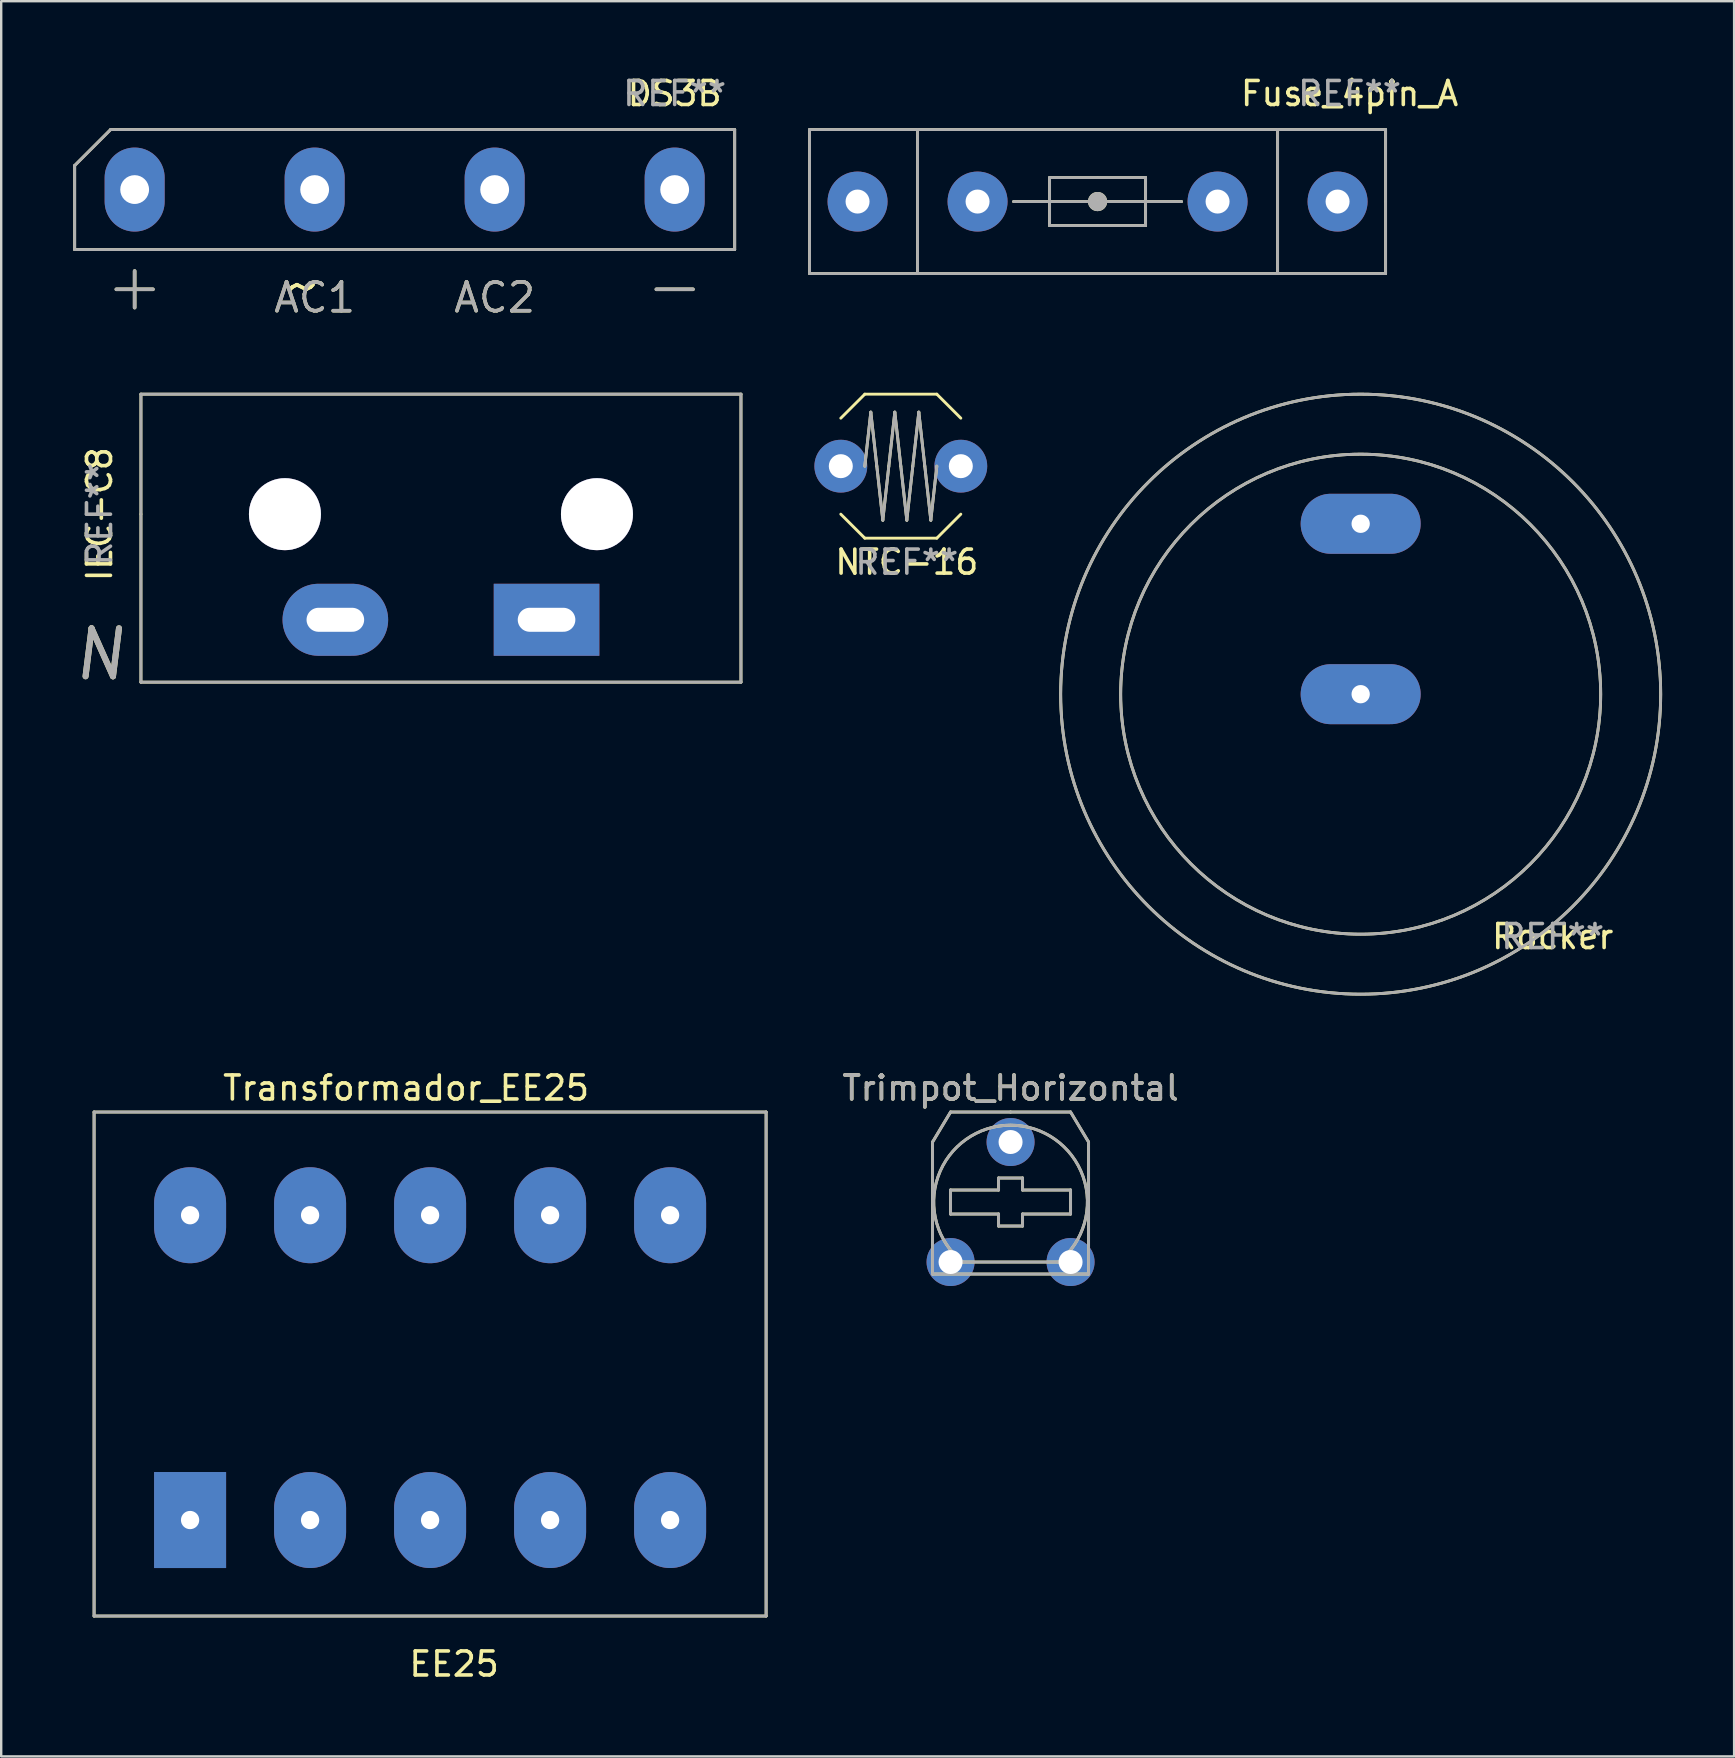
<source format=kicad_pcb>
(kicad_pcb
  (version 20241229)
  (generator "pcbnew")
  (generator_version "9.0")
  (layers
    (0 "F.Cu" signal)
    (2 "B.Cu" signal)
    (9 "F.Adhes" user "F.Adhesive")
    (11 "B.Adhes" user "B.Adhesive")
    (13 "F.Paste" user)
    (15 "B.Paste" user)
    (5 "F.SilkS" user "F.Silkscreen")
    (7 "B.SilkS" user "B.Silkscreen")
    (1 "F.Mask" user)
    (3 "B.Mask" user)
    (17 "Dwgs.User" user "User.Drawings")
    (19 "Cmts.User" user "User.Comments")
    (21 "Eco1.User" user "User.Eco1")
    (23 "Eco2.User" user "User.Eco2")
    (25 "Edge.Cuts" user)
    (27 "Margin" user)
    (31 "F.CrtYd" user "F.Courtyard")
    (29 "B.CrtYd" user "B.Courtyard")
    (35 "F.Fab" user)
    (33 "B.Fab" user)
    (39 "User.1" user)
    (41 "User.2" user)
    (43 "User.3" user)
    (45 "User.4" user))
  (footprint "Trimpot_Horizontal"
    (layer "F.Cu")
    (at 39.055 47.032)
    (property "Reference" "Trimpot_Horizontal" (at 0 -4.75 0) (layer "F.SilkS") (effects (font (size 1 1) (thickness 0.15))))
    (attr through_hole)
    (fp_line (start -3.25 -2.5) (end -3.25 0) (stroke (width 0.12) (type solid)) (layer "F.SilkS"))
    (fp_line (start -3.25 -2.5) (end -2.5 -3.75) (stroke (width 0.12) (type solid)) (layer "F.SilkS"))
    (fp_line (start -3.25 0) (end -3.25 3) (stroke (width 0.12) (type solid)) (layer "F.SilkS"))
    (fp_line (start -3.25 3) (end 3.25 3) (stroke (width 0.12) (type solid)) (layer "F.SilkS"))
    (fp_line (start -2.5 -3.75) (end 0 -3.75) (stroke (width 0.12) (type solid)) (layer "F.SilkS"))
    (fp_line (start -2.5 -0.5) (end -0.5 -0.5) (stroke (width 0.12) (type solid)) (layer "F.SilkS"))
    (fp_line (start -2.5 0.5) (end -2.5 -0.5) (stroke (width 0.12) (type solid)) (layer "F.SilkS"))
    (fp_line (start -2 2.5) (end 2 2.5) (stroke (width 0.12) (type solid)) (layer "F.SilkS"))
    (fp_line (start -0.5 -1) (end 0.5 -1) (stroke (width 0.12) (type solid)) (layer "F.SilkS"))
    (fp_line (start -0.5 -0.5) (end -0.5 -1) (stroke (width 0.12) (type solid)) (layer "F.SilkS"))
    (fp_line (start -0.5 0.5) (end -2.5 0.5) (stroke (width 0.12) (type solid)) (layer "F.SilkS"))
    (fp_line (start -0.5 1) (end -0.5 0.5) (stroke (width 0.12) (type solid)) (layer "F.SilkS"))
    (fp_line (start 0 -3.75) (end 2.5 -3.75) (stroke (width 0.12) (type solid)) (layer "F.SilkS"))
    (fp_line (start 0.5 -1) (end 0.5 -0.5) (stroke (width 0.12) (type solid)) (layer "F.SilkS"))
    (fp_line (start 0.5 -0.5) (end 2.5 -0.5) (stroke (width 0.12) (type solid)) (layer "F.SilkS"))
    (fp_line (start 0.5 0.5) (end 0.5 1) (stroke (width 0.12) (type solid)) (layer "F.SilkS"))
    (fp_line (start 0.5 1) (end -0.5 1) (stroke (width 0.12) (type solid)) (layer "F.SilkS"))
    (fp_line (start 2.5 -3.75) (end 3.25 -2.5) (stroke (width 0.12) (type solid)) (layer "F.SilkS"))
    (fp_line (start 2.5 -0.5) (end 2.5 0.5) (stroke (width 0.12) (type solid)) (layer "F.SilkS"))
    (fp_line (start 2.5 0.5) (end 0.5 0.5) (stroke (width 0.12) (type solid)) (layer "F.SilkS"))
    (fp_line (start 3.25 -2.5) (end 3.25 0) (stroke (width 0.12) (type solid)) (layer "F.SilkS"))
    (fp_line (start 3.25 3) (end 3.25 0) (stroke (width 0.12) (type solid)) (layer "F.SilkS"))
    (fp_arc (start -2 2.5) (mid 0 -3.201562) (end 2 2.5) (stroke (width 0.12) (type solid)) (layer "F.SilkS"))
    (fp_line (start -3.25 -2.5) (end -3.25 0) (stroke (width 0.12) (type solid)) (layer "F.Fab"))
    (fp_line (start -3.25 -2.5) (end -2.5 -3.75) (stroke (width 0.12) (type solid)) (layer "F.Fab"))
    (fp_line (start -3.25 0) (end -3.25 3) (stroke (width 0.12) (type solid)) (layer "F.Fab"))
    (fp_line (start -3.25 3) (end 3.25 3) (stroke (width 0.12) (type solid)) (layer "F.Fab"))
    (fp_line (start -2.5 -3.75) (end 0 -3.75) (stroke (width 0.12) (type solid)) (layer "F.Fab"))
    (fp_line (start -2.5 -0.5) (end -0.5 -0.5) (stroke (width 0.12) (type solid)) (layer "F.Fab"))
    (fp_line (start -2.5 0.5) (end -2.5 -0.5) (stroke (width 0.12) (type solid)) (layer "F.Fab"))
    (fp_line (start -2 2.5) (end 2 2.5) (stroke (width 0.12) (type solid)) (layer "F.Fab"))
    (fp_line (start -0.5 -1) (end 0.5 -1) (stroke (width 0.12) (type solid)) (layer "F.Fab"))
    (fp_line (start -0.5 -0.5) (end -0.5 -1) (stroke (width 0.12) (type solid)) (layer "F.Fab"))
    (fp_line (start -0.5 0.5) (end -2.5 0.5) (stroke (width 0.12) (type solid)) (layer "F.Fab"))
    (fp_line (start -0.5 1) (end -0.5 0.5) (stroke (width 0.12) (type solid)) (layer "F.Fab"))
    (fp_line (start 0 -3.75) (end 2.5 -3.75) (stroke (width 0.12) (type solid)) (layer "F.Fab"))
    (fp_line (start 0.5 -1) (end 0.5 -0.5) (stroke (width 0.12) (type solid)) (layer "F.Fab"))
    (fp_line (start 0.5 -0.5) (end 2.5 -0.5) (stroke (width 0.12) (type solid)) (layer "F.Fab"))
    (fp_line (start 0.5 0.5) (end 0.5 1) (stroke (width 0.12) (type solid)) (layer "F.Fab"))
    (fp_line (start 0.5 1) (end -0.5 1) (stroke (width 0.12) (type solid)) (layer "F.Fab"))
    (fp_line (start 2.5 -3.75) (end 3.25 -2.5) (stroke (width 0.12) (type solid)) (layer "F.Fab"))
    (fp_line (start 2.5 -0.5) (end 2.5 0.5) (stroke (width 0.12) (type solid)) (layer "F.Fab"))
    (fp_line (start 2.5 0.5) (end 0.5 0.5) (stroke (width 0.12) (type solid)) (layer "F.Fab"))
    (fp_line (start 3.25 -2.5) (end 3.25 0) (stroke (width 0.12) (type solid)) (layer "F.Fab"))
    (fp_line (start 3.25 3) (end 3.25 0) (stroke (width 0.12) (type solid)) (layer "F.Fab"))
    (fp_arc (start -1.999144 2.500685) (mid -0.000548 -3.201562) (end 2 2.5) (stroke (width 0.12) (type solid)) (layer "F.Fab"))
    (fp_text user "${REFERENCE}" (at 0 -4.75 0) (layer "F.Fab") (effects (font (size 1 1) (thickness 0.15))))
    (pad "1" thru_hole circle (at 2.5 2.5) (size 2 2) (drill 1) (layers "*.Cu" "*.Mask"))
    (pad "2" thru_hole circle (at 0 -2.5) (size 2 2) (drill 1) (layers "*.Cu" "*.Mask"))
    (pad "3" thru_hole circle (at -2.5 2.5) (size 2 2) (drill 1) (layers "*.Cu" "*.Mask")))
  (footprint "IEC-C8"
    (layer "F.Cu")
    (at 15.322 18.373)
    (property "Reference" "IEC-C8" (at -14.224 0 90) (layer "F.SilkS") (effects (font (size 1 1) (thickness 0.15))))
    (attr through_hole)
    (fp_line (start -12.5 0) (end -12.5 -5) (stroke (width 0.12) (type solid)) (layer "F.SilkS"))
    (fp_line (start -12.5 0) (end -12.5 7) (stroke (width 0.12) (type solid)) (layer "F.SilkS"))
    (fp_line (start -12.5 7) (end 12.5 7) (stroke (width 0.12) (type solid)) (layer "F.SilkS"))
    (fp_line (start 12.5 -5) (end -12.5 -5) (stroke (width 0.12) (type solid)) (layer "F.SilkS"))
    (fp_line (start 12.5 7) (end 12.5 -5) (stroke (width 0.12) (type solid)) (layer "F.SilkS"))
    (fp_line (start -12.5 -5) (end 12.5 -5) (stroke (width 0.12) (type solid)) (layer "F.Fab"))
    (fp_line (start -12.5 7) (end -12.5 -5) (stroke (width 0.12) (type solid)) (layer "F.Fab"))
    (fp_line (start 12.5 -5) (end 12.5 7) (stroke (width 0.12) (type solid)) (layer "F.Fab"))
    (fp_line (start 12.5 7) (end -12.5 7) (stroke (width 0.12) (type solid)) (layer "F.Fab"))
    (fp_text user "N" (at -14.224 5.842 0) (layer "F.SilkS") (effects (font (size 2 2) (thickness 0.25) (italic yes))))
    (fp_text user "REF**" (at -14.224 0 90) (layer "F.Fab") (effects (font (size 1 1) (thickness 0.15))))
    (fp_text user "N" (at -14.224 5.842 0) (layer "F.Fab") (effects (font (size 2 2) (thickness 0.25) (italic yes))))
    (pad "" thru_hole circle (at -6.5 0) (size 3 3) (drill 3) (layers "*.Cu" "*.Mask"))
    (pad "" thru_hole circle (at 6.5 0) (size 3 3) (drill 3) (layers "*.Cu" "*.Mask"))
    (pad "1" thru_hole rect (at 4.4 4.4) (size 4.4 3) (drill oval 2.4 1) (layers "*.Cu" "*.Mask"))
    (pad "2" thru_hole oval (at -4.4 4.4) (size 4.4 3) (drill oval 2.4 1) (layers "*.Cu" "*.Mask")))
  (footprint "Rocker"
    (layer "F.Cu")
    (at 53.642 25.873)
    (property "Reference" "Rocker" (at 8 10.1 0) (layer "F.SilkS") (effects (font (size 1 1) (thickness 0.15))))
    (attr through_hole)
    (fp_circle (center 0 0) (end 10 0) (stroke (width 0.12) (type solid)) (fill no) (layer "F.SilkS"))
    (fp_circle (center 0 0) (end 12.5 0) (stroke (width 0.12) (type solid)) (fill no) (layer "F.SilkS"))
    (fp_circle (center 0 0) (end 10 0) (stroke (width 0.12) (type solid)) (fill no) (layer "F.Fab"))
    (fp_circle (center 0 0) (end 12.5 0) (stroke (width 0.12) (type solid)) (fill no) (layer "F.Fab"))
    (fp_text user "REF**" (at 8 10.1 0) (layer "F.Fab") (effects (font (size 1 1) (thickness 0.15))))
    (pad "1" thru_hole oval (at 0 0) (size 5 2.5) (drill 0.762) (layers "*.Cu" "*.Mask"))
    (pad "2" thru_hole oval (at 0 -7.1) (size 5 2.5) (drill 0.762) (layers "*.Cu" "*.Mask")))
  (footprint "DS3B"
    (layer "F.Cu")
    (at 14.06 4.848)
    (property "Reference" "DS3B" (at 11 -4 0) (layer "F.SilkS") (effects (font (size 1 1) (thickness 0.15))))
    (attr through_hole)
    (fp_line (start -14 -1) (end -12.5 -2.5) (stroke (width 0.12) (type solid)) (layer "F.SilkS"))
    (fp_line (start -14 2.5) (end -14 -1) (stroke (width 0.12) (type solid)) (layer "F.SilkS"))
    (fp_line (start -12.5 -2.5) (end 13.5 -2.5) (stroke (width 0.12) (type solid)) (layer "F.SilkS"))
    (fp_line (start 13.5 -2.5) (end 13.5 2.5) (stroke (width 0.12) (type solid)) (layer "F.SilkS"))
    (fp_line (start 13.5 2.5) (end -14 2.5) (stroke (width 0.12) (type solid)) (layer "F.SilkS"))
    (fp_line (start -14 -1) (end -12.5 -2.5) (stroke (width 0.12) (type solid)) (layer "F.Fab"))
    (fp_line (start -14 2.5) (end -14 -1) (stroke (width 0.12) (type solid)) (layer "F.Fab"))
    (fp_line (start -12.5 -2.5) (end 13.5 -2.5) (stroke (width 0.12) (type solid)) (layer "F.Fab"))
    (fp_line (start 13.5 -2.5) (end 13.5 2.5) (stroke (width 0.12) (type solid)) (layer "F.Fab"))
    (fp_line (start 13.5 2.5) (end -14 2.5) (stroke (width 0.12) (type solid)) (layer "F.Fab"))
    (fp_text user "-" (at 11 4 0) (layer "F.SilkS") (effects (font (size 2 2) (thickness 0.15))))
    (fp_text user "~" (at -4.5 4 0) (layer "F.SilkS") (effects (font (size 2 2) (thickness 0.15))))
    (fp_text user "+" (at -11.5 4 0) (layer "F.SilkS") (effects (font (size 2 2) (thickness 0.15))))
    (fp_text user "AC2" (at 3.5 4.5 0) (layer "F.SilkS") (effects (font (size 1.2 1.2) (thickness 0.15))))
    (fp_text user "AC1" (at -4 4.5 0) (layer "F.SilkS") (effects (font (size 1.2 1.2) (thickness 0.15))))
    (fp_text user "~" (at -4.5 4 0) (layer "F.SilkS") (effects (font (size 2 2) (thickness 0.15))))
    (fp_text user "AC1" (at -4 4.5 0) (layer "F.Fab") (effects (font (size 1.2 1.2) (thickness 0.15))))
    (fp_text user "REF**" (at 11 -4 0) (layer "F.Fab") (effects (font (size 1 1) (thickness 0.15))))
    (fp_text user "-" (at 11 4 0) (layer "F.Fab") (effects (font (size 2 2) (thickness 0.15))))
    (fp_text user "+" (at -11.5 4 0) (layer "F.Fab") (effects (font (size 2 2) (thickness 0.15))))
    (fp_text user "AC2" (at 3.5 4.5 0) (layer "F.Fab") (effects (font (size 1.2 1.2) (thickness 0.15))))
    (pad "1" thru_hole oval (at -11.5 0) (size 2.5 3.5) (drill oval 1.2) (layers "*.Cu" "*.Mask"))
    (pad "2" thru_hole oval (at -4 0) (size 2.5 3.5) (drill 1.2) (layers "*.Cu" "*.Mask"))
    (pad "3" thru_hole oval (at 3.5 0) (size 2.5 3.5) (drill 1.2) (layers "*.Cu" "*.Mask"))
    (pad "4" thru_hole oval (at 11 0) (size 2.5 3.5) (drill 1.2) (layers "*.Cu" "*.Mask")))
  (footprint "Transformador_EE25"
    (layer "F.Cu")
    (at 0.25 42.562)
    (property "Reference" "Transformador_EE25" (at 13.62 -0.28 0) (layer "F.SilkS") (effects (font (size 1 1) (thickness 0.15))))
    (attr through_hole)
    (fp_line (start 0.62 0.72) (end 0.62 21.72) (stroke (width 0.12) (type solid)) (layer "F.SilkS"))
    (fp_line (start 0.62 0.72) (end 28.62 0.72) (stroke (width 0.12) (type solid)) (layer "F.SilkS"))
    (fp_line (start 28.62 0.72) (end 28.62 21.72) (stroke (width 0.12) (type solid)) (layer "F.SilkS"))
    (fp_line (start 28.62 21.72) (end 0.62 21.72) (stroke (width 0.12) (type solid)) (layer "F.SilkS"))
    (fp_line (start 0.62 0.72) (end 0.62 21.72) (stroke (width 0.12) (type solid)) (layer "F.Fab"))
    (fp_line (start 0.62 21.72) (end 28.62 21.72) (stroke (width 0.12) (type solid)) (layer "F.Fab"))
    (fp_line (start 28.62 0.72) (end 0.62 0.72) (stroke (width 0.12) (type solid)) (layer "F.Fab"))
    (fp_line (start 28.62 21.72) (end 28.62 0.72) (stroke (width 0.12) (type solid)) (layer "F.Fab"))
    (fp_text user "EE25" (at 15.62 23.72 0) (layer "F.SilkS") (effects (font (size 1 1) (thickness 0.15))))
    (pad "" thru_hole oval (at 9.62 5.02) (size 3 4) (drill 0.762) (layers "*.Cu" "*.Mask"))
    (pad "" thru_hole oval (at 14.62 17.72) (size 3 4) (drill 0.762) (layers "*.Cu" "*.Mask"))
    (pad "" thru_hole oval (at 19.62 5.02) (size 3 4) (drill 0.762) (layers "*.Cu" "*.Mask"))
    (pad "1" thru_hole rect (at 4.62 17.72) (size 3 4) (drill 0.762) (layers "*.Cu" "*.Mask"))
    (pad "1" thru_hole oval (at 9.62 17.72) (size 3 4) (drill 0.762) (layers "*.Cu" "*.Mask"))
    (pad "2" thru_hole oval (at 19.62 17.72) (size 3 4) (drill 0.762) (layers "*.Cu" "*.Mask"))
    (pad "2" thru_hole oval (at 24.62 17.72) (size 3 4) (drill 0.762) (layers "*.Cu" "*.Mask"))
    (pad "3" thru_hole oval (at 24.62 5.02) (size 3 4) (drill 0.762) (layers "*.Cu" "*.Mask"))
    (pad "4" thru_hole oval (at 14.62 5.02) (size 3 4) (drill 0.762) (layers "*.Cu" "*.Mask"))
    (pad "5" thru_hole oval (at 4.62 5.02) (size 3 4) (drill 0.762) (layers "*.Cu" "*.Mask")))
  (footprint "NTC-16"
    (layer "F.Cu")
    (at 34.482 16.373)
    (property "Reference" "NTC-16" (at 0.25 4 0) (layer "F.SilkS") (effects (font (size 1 1) (thickness 0.15))))
    (attr through_hole)
    (fp_line (start -1.5 -3) (end -2.5 -2) (stroke (width 0.12) (type solid)) (layer "F.SilkS"))
    (fp_line (start -1.5 -3) (end 1.5 -3) (stroke (width 0.12) (type solid)) (layer "F.SilkS"))
    (fp_line (start -1.5 0) (end -1.25 -2.25) (stroke (width 0.12) (type solid)) (layer "F.SilkS"))
    (fp_line (start -1.5 3) (end -2.5 2) (stroke (width 0.12) (type solid)) (layer "F.SilkS"))
    (fp_line (start -1.25 -2.25) (end -1 0) (stroke (width 0.12) (type solid)) (layer "F.SilkS"))
    (fp_line (start -1 0) (end -0.75 2.25) (stroke (width 0.12) (type solid)) (layer "F.SilkS"))
    (fp_line (start -0.75 2.25) (end -0.5 0) (stroke (width 0.12) (type solid)) (layer "F.SilkS"))
    (fp_line (start -0.5 0) (end -0.25 -2.25) (stroke (width 0.12) (type solid)) (layer "F.SilkS"))
    (fp_line (start -0.25 -2.25) (end 0 0) (stroke (width 0.12) (type solid)) (layer "F.SilkS"))
    (fp_line (start 0 0) (end 0.25 2.25) (stroke (width 0.12) (type solid)) (layer "F.SilkS"))
    (fp_line (start 0.25 2.25) (end 0.5 0) (stroke (width 0.12) (type solid)) (layer "F.SilkS"))
    (fp_line (start 0.5 0) (end 0.75 -2.25) (stroke (width 0.12) (type solid)) (layer "F.SilkS"))
    (fp_line (start 0.75 -2.25) (end 1 0) (stroke (width 0.12) (type solid)) (layer "F.SilkS"))
    (fp_line (start 1 0) (end 1.25 2.25) (stroke (width 0.12) (type solid)) (layer "F.SilkS"))
    (fp_line (start 1.25 2.25) (end 1.5 0) (stroke (width 0.12) (type solid)) (layer "F.SilkS"))
    (fp_line (start 1.5 -3) (end 2.5 -2) (stroke (width 0.12) (type solid)) (layer "F.SilkS"))
    (fp_line (start 1.5 3) (end -1.5 3) (stroke (width 0.12) (type solid)) (layer "F.SilkS"))
    (fp_line (start 1.5 3) (end 2.5 2) (stroke (width 0.12) (type solid)) (layer "F.SilkS"))
    (fp_line (start -1.5 0) (end -1.25 -2.25) (stroke (width 0.12) (type solid)) (layer "F.Fab"))
    (fp_line (start -1.25 -2.25) (end -0.75 2.25) (stroke (width 0.12) (type solid)) (layer "F.Fab"))
    (fp_line (start -0.75 2.25) (end -0.25 -2.25) (stroke (width 0.12) (type solid)) (layer "F.Fab"))
    (fp_line (start -0.25 -2.25) (end 0.25 2.25) (stroke (width 0.12) (type solid)) (layer "F.Fab"))
    (fp_line (start 0.25 2.25) (end 0.75 -2.25) (stroke (width 0.12) (type solid)) (layer "F.Fab"))
    (fp_line (start 0.75 -2.25) (end 1.25 2.25) (stroke (width 0.12) (type solid)) (layer "F.Fab"))
    (fp_line (start 1.25 2.25) (end 1.5 0) (stroke (width 0.12) (type solid)) (layer "F.Fab"))
    (fp_text user "REF**" (at 0.25 4 0) (layer "F.Fab") (effects (font (size 1 1) (thickness 0.15))))
    (pad "1" thru_hole circle (at 2.5 0) (size 2.2 2.2) (drill 1) (layers "*.Cu" "*.Mask"))
    (pad "2" thru_hole circle (at -2.5 0) (size 2.2 2.2) (drill 1) (layers "*.Cu" "*.Mask")))
  (footprint "Fuse_4pin_A"
    (layer "F.Cu")
    (at 42.68 5.348)
    (property "Reference" "Fuse_4pin_A" (at 10.5 -4.5 0) (layer "F.SilkS") (effects (font (size 1 1) (thickness 0.15))))
    (attr through_hole)
    (fp_line (start -12 -3) (end 12 -3) (stroke (width 0.12) (type solid)) (layer "F.SilkS"))
    (fp_line (start -12 0) (end -12 -3) (stroke (width 0.12) (type solid)) (layer "F.SilkS"))
    (fp_line (start -12 3) (end -12 0) (stroke (width 0.12) (type solid)) (layer "F.SilkS"))
    (fp_line (start -7.5 3) (end -7.5 -3) (stroke (width 0.12) (type solid)) (layer "F.SilkS"))
    (fp_line (start -3.5 0) (end 3.5 0) (stroke (width 0.12) (type solid)) (layer "F.SilkS"))
    (fp_line (start -2 -1) (end -2 1) (stroke (width 0.12) (type solid)) (layer "F.SilkS"))
    (fp_line (start -2 1) (end 0 1) (stroke (width 0.12) (type solid)) (layer "F.SilkS"))
    (fp_line (start 0 -1) (end -2 -1) (stroke (width 0.12) (type solid)) (layer "F.SilkS"))
    (fp_line (start 0 1) (end 2 1) (stroke (width 0.12) (type solid)) (layer "F.SilkS"))
    (fp_line (start 2 -1) (end 0 -1) (stroke (width 0.12) (type solid)) (layer "F.SilkS"))
    (fp_line (start 2 1) (end 2 -1) (stroke (width 0.12) (type solid)) (layer "F.SilkS"))
    (fp_line (start 7.5 3) (end 7.5 -3) (stroke (width 0.12) (type solid)) (layer "F.SilkS"))
    (fp_line (start 12 0) (end 12 -3) (stroke (width 0.12) (type solid)) (layer "F.SilkS"))
    (fp_line (start 12 0) (end 12 3) (stroke (width 0.12) (type solid)) (layer "F.SilkS"))
    (fp_line (start 12 3) (end -12 3) (stroke (width 0.12) (type solid)) (layer "F.SilkS"))
    (fp_circle (center 0 0) (end 0.224 0) (stroke (width 0.35) (type solid)) (fill no) (layer "F.SilkS"))
    (fp_line (start -12 -3) (end 12 -3) (stroke (width 0.12) (type solid)) (layer "F.Fab"))
    (fp_line (start -12 3) (end -12 -3) (stroke (width 0.12) (type solid)) (layer "F.Fab"))
    (fp_line (start -7.5 3) (end -7.5 -3) (stroke (width 0.12) (type solid)) (layer "F.Fab"))
    (fp_line (start -3.5 0) (end 3.5 0) (stroke (width 0.12) (type solid)) (layer "F.Fab"))
    (fp_line (start -2 -1) (end -2 1) (stroke (width 0.12) (type solid)) (layer "F.Fab"))
    (fp_line (start -2 1) (end 2 1) (stroke (width 0.12) (type solid)) (layer "F.Fab"))
    (fp_line (start 2 -1) (end -2 -1) (stroke (width 0.12) (type solid)) (layer "F.Fab"))
    (fp_line (start 2 1) (end 2 -1) (stroke (width 0.12) (type solid)) (layer "F.Fab"))
    (fp_line (start 7.5 3) (end 7.5 -3) (stroke (width 0.12) (type solid)) (layer "F.Fab"))
    (fp_line (start 12 3) (end -12 3) (stroke (width 0.12) (type solid)) (layer "F.Fab"))
    (fp_line (start 12 3) (end 12 -3) (stroke (width 0.12) (type solid)) (layer "F.Fab"))
    (fp_circle (center 0 0) (end 0.224 0) (stroke (width 0.35) (type solid)) (fill no) (layer "F.Fab"))
    (fp_text user "REF**" (at 10.5 -4.5 0) (layer "F.Fab") (effects (font (size 1 1) (thickness 0.15))))
    (pad "1" thru_hole circle (at -10 0) (size 2.5 2.5) (drill 1) (layers "*.Cu" "*.Mask"))
    (pad "1" thru_hole circle (at -5 0) (size 2.5 2.5) (drill 1) (layers "*.Cu" "*.Mask"))
    (pad "2" thru_hole circle (at 5 0) (size 2.5 2.5) (drill 1) (layers "*.Cu" "*.Mask"))
    (pad "2" thru_hole circle (at 10 0) (size 2.5 2.5) (drill 1) (layers "*.Cu" "*.Mask")))
  (gr_rect
    (start -3 -3)
    (end 69.202 70.13)
    (stroke (width 0.1) (type default))
    (fill no)
    (layer "Edge.Cuts")))
</source>
